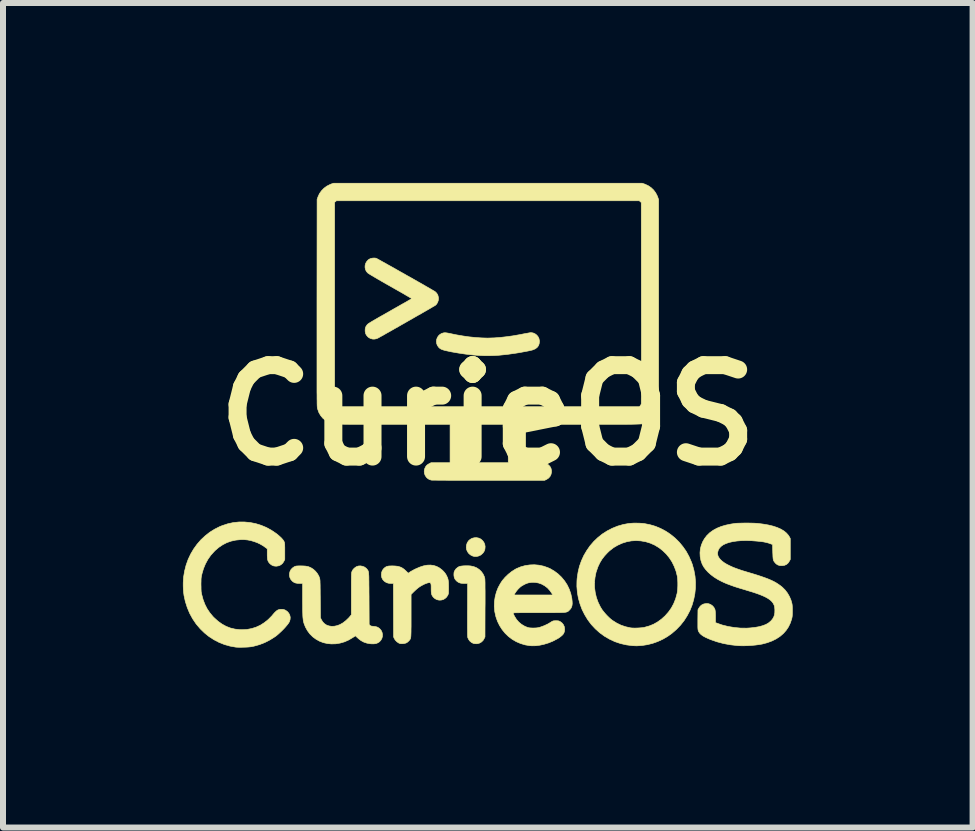
<source format=kicad_pcb>
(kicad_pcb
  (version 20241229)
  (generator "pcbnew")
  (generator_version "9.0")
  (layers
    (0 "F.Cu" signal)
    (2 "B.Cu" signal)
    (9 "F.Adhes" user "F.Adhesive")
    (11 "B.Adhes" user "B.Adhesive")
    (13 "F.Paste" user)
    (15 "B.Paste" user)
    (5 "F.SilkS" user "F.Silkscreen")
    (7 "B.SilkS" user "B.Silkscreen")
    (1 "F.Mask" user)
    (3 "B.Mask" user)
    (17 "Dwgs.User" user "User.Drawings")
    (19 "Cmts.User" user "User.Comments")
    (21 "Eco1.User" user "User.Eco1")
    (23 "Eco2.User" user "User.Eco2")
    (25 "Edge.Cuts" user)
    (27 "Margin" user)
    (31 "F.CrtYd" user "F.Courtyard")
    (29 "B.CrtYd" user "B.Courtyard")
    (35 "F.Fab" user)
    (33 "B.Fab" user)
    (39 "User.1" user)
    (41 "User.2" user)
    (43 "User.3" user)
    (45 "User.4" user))
  (footprint "CurieOS"
    (layer "F.Cu")
    (at 5.084 3.873)
    (property "Reference" "CurieOS" (at 0 0 0) (layer "F.SilkS") (effects (font (size 1.524 1.524) (thickness 0.3))))
    (attr through_hole)
    (fp_poly (pts (xy -0.15 2.049) (xy -0.149 2.049) (xy -0.117 2.065) (xy -0.089 2.089) (xy -0.067 2.118) (xy -0.052 2.152) (xy -0.046 2.188) (xy -0.046 2.194) (xy -0.049 2.232) (xy -0.059 2.263) (xy -0.077 2.292) (xy -0.087 2.303) (xy -0.116 2.329) (xy -0.15 2.346) (xy -0.186 2.355) (xy -0.223 2.355) (xy -0.252 2.348) (xy -0.288 2.33) (xy -0.317 2.306) (xy -0.339 2.276) (xy -0.354 2.242) (xy -0.36 2.206) (xy -0.357 2.168) (xy -0.345 2.13) (xy -0.343 2.126) (xy -0.323 2.095) (xy -0.295 2.07) (xy -0.263 2.052) (xy -0.227 2.043) (xy -0.189 2.041) (xy -0.15 2.049)) (stroke (width 0.01) (type solid)) (fill yes) (layer "F.SilkS"))
    (fp_poly (pts (xy -0.331 2.51) (xy -0.297 2.512) (xy -0.282 2.514) (xy -0.233 2.525) (xy -0.187 2.544) (xy -0.146 2.571) (xy -0.111 2.604) (xy -0.082 2.643) (xy -0.061 2.686) (xy -0.051 2.72) (xy -0.05 2.729) (xy -0.049 2.744) (xy -0.048 2.766) (xy -0.047 2.795) (xy -0.047 2.832) (xy -0.047 2.877) (xy -0.046 2.93) (xy -0.046 2.991) (xy -0.046 3.062) (xy -0.046 3.142) (xy -0.047 3.222) (xy -0.048 3.696) (xy -0.06 3.721) (xy -0.08 3.755) (xy -0.107 3.781) (xy -0.138 3.799) (xy -0.174 3.809) (xy -0.193 3.81) (xy -0.214 3.809) (xy -0.234 3.806) (xy -0.245 3.803) (xy -0.275 3.787) (xy -0.302 3.764) (xy -0.322 3.736) (xy -0.335 3.707) (xy -0.336 3.701) (xy -0.337 3.689) (xy -0.338 3.672) (xy -0.339 3.649) (xy -0.339 3.62) (xy -0.339 3.584) (xy -0.34 3.541) (xy -0.34 3.49) (xy -0.34 3.43) (xy -0.34 3.361) (xy -0.34 3.283) (xy -0.339 3.245) (xy -0.338 2.804) (xy -0.392 2.804) (xy -0.431 2.803) (xy -0.462 2.798) (xy -0.487 2.788) (xy -0.509 2.774) (xy -0.523 2.762) (xy -0.545 2.737) (xy -0.559 2.709) (xy -0.565 2.678) (xy -0.566 2.657) (xy -0.565 2.634) (xy -0.563 2.617) (xy -0.557 2.601) (xy -0.553 2.593) (xy -0.531 2.561) (xy -0.501 2.536) (xy -0.478 2.523) (xy -0.46 2.518) (xy -0.434 2.514) (xy -0.402 2.511) (xy -0.367 2.51) (xy -0.331 2.51)) (stroke (width 0.01) (type solid)) (fill yes) (layer "F.SilkS"))
    (fp_poly (pts (xy 0.754 -1.372) (xy 0.786 -1.358) (xy 0.814 -1.337) (xy 0.836 -1.311) (xy 0.852 -1.279) (xy 0.859 -1.244) (xy 0.86 -1.229) (xy 0.855 -1.19) (xy 0.842 -1.157) (xy 0.82 -1.129) (xy 0.79 -1.107) (xy 0.752 -1.091) (xy 0.741 -1.087) (xy 0.707 -1.079) (xy 0.666 -1.07) (xy 0.617 -1.061) (xy 0.564 -1.051) (xy 0.508 -1.041) (xy 0.45 -1.032) (xy 0.393 -1.024) (xy 0.338 -1.016) (xy 0.287 -1.01) (xy 0.274 -1.009) (xy 0.185 -1) (xy 0.103 -0.995) (xy 0.023 -0.993) (xy -0.057 -0.993) (xy -0.13 -0.996) (xy -0.244 -1.004) (xy -0.365 -1.018) (xy -0.488 -1.036) (xy -0.609 -1.057) (xy -0.693 -1.075) (xy -0.73 -1.084) (xy -0.758 -1.093) (xy -0.78 -1.102) (xy -0.798 -1.113) (xy -0.814 -1.127) (xy -0.821 -1.134) (xy -0.842 -1.164) (xy -0.854 -1.197) (xy -0.858 -1.23) (xy -0.854 -1.263) (xy -0.842 -1.295) (xy -0.824 -1.323) (xy -0.8 -1.346) (xy -0.77 -1.364) (xy -0.735 -1.374) (xy -0.725 -1.375) (xy -0.703 -1.375) (xy -0.675 -1.371) (xy -0.643 -1.365) (xy -0.534 -1.342) (xy -0.425 -1.323) (xy -0.315 -1.307) (xy -0.208 -1.296) (xy -0.104 -1.289) (xy -0.005 -1.286) (xy 0.086 -1.289) (xy 0.1 -1.289) (xy 0.206 -1.297) (xy 0.313 -1.309) (xy 0.421 -1.324) (xy 0.535 -1.344) (xy 0.6 -1.357) (xy 0.632 -1.363) (xy 0.662 -1.368) (xy 0.687 -1.373) (xy 0.707 -1.376) (xy 0.719 -1.377) (xy 0.72 -1.377) (xy 0.754 -1.372)) (stroke (width 0.01) (type solid)) (fill yes) (layer "F.SilkS"))
    (fp_poly (pts (xy -0.904 2.505) (xy -0.854 2.521) (xy -0.807 2.546) (xy -0.763 2.58) (xy -0.749 2.593) (xy -0.724 2.62) (xy -0.706 2.644) (xy -0.691 2.669) (xy -0.69 2.672) (xy -0.679 2.695) (xy -0.67 2.716) (xy -0.664 2.737) (xy -0.66 2.759) (xy -0.657 2.786) (xy -0.656 2.817) (xy -0.655 2.857) (xy -0.655 2.873) (xy -0.655 2.908) (xy -0.656 2.934) (xy -0.656 2.953) (xy -0.657 2.968) (xy -0.659 2.978) (xy -0.662 2.987) (xy -0.666 2.996) (xy -0.668 3.001) (xy -0.689 3.033) (xy -0.716 3.057) (xy -0.746 3.074) (xy -0.78 3.082) (xy -0.814 3.083) (xy -0.848 3.075) (xy -0.88 3.059) (xy -0.902 3.041) (xy -0.917 3.024) (xy -0.928 3.008) (xy -0.936 2.99) (xy -0.941 2.969) (xy -0.944 2.942) (xy -0.945 2.908) (xy -0.945 2.892) (xy -0.945 2.858) (xy -0.946 2.832) (xy -0.949 2.814) (xy -0.953 2.802) (xy -0.958 2.795) (xy -0.964 2.792) (xy -0.979 2.791) (xy -1.001 2.795) (xy -1.028 2.804) (xy -1.058 2.816) (xy -1.089 2.832) (xy -1.12 2.849) (xy -1.146 2.866) (xy -1.166 2.881) (xy -1.189 2.9) (xy -1.213 2.922) (xy -1.233 2.941) (xy -1.28 2.988) (xy -1.28 3.34) (xy -1.28 3.411) (xy -1.28 3.472) (xy -1.28 3.525) (xy -1.281 3.57) (xy -1.281 3.608) (xy -1.282 3.64) (xy -1.283 3.665) (xy -1.284 3.686) (xy -1.286 3.703) (xy -1.289 3.716) (xy -1.292 3.726) (xy -1.296 3.735) (xy -1.3 3.742) (xy -1.305 3.748) (xy -1.311 3.755) (xy -1.314 3.759) (xy -1.338 3.782) (xy -1.364 3.798) (xy -1.395 3.806) (xy -1.419 3.809) (xy -1.442 3.809) (xy -1.458 3.808) (xy -1.472 3.804) (xy -1.486 3.798) (xy -1.517 3.777) (xy -1.544 3.749) (xy -1.561 3.721) (xy -1.572 3.696) (xy -1.575 2.804) (xy -1.615 2.804) (xy -1.656 2.801) (xy -1.69 2.791) (xy -1.719 2.773) (xy -1.732 2.762) (xy -1.754 2.737) (xy -1.768 2.709) (xy -1.774 2.678) (xy -1.775 2.657) (xy -1.771 2.619) (xy -1.758 2.586) (xy -1.737 2.558) (xy -1.729 2.55) (xy -1.711 2.536) (xy -1.694 2.525) (xy -1.675 2.519) (xy -1.652 2.514) (xy -1.623 2.513) (xy -1.595 2.512) (xy -1.544 2.514) (xy -1.501 2.519) (xy -1.463 2.53) (xy -1.43 2.545) (xy -1.398 2.567) (xy -1.366 2.596) (xy -1.366 2.596) (xy -1.327 2.634) (xy -1.3 2.615) (xy -1.285 2.605) (xy -1.263 2.593) (xy -1.238 2.579) (xy -1.212 2.565) (xy -1.206 2.563) (xy -1.138 2.533) (xy -1.074 2.512) (xy -1.014 2.5) (xy -0.957 2.498) (xy -0.904 2.505)) (stroke (width 0.01) (type solid)) (fill yes) (layer "F.SilkS"))
    (fp_poly (pts (xy -1.866 -2.618) (xy -1.861 -2.616) (xy -1.854 -2.613) (xy -1.839 -2.605) (xy -1.817 -2.593) (xy -1.788 -2.577) (xy -1.753 -2.557) (xy -1.712 -2.535) (xy -1.667 -2.509) (xy -1.618 -2.482) (xy -1.566 -2.453) (xy -1.512 -2.422) (xy -1.456 -2.39) (xy -1.398 -2.358) (xy -1.341 -2.325) (xy -1.283 -2.293) (xy -1.227 -2.261) (xy -1.173 -2.23) (xy -1.121 -2.201) (xy -1.072 -2.173) (xy -1.028 -2.147) (xy -0.987 -2.124) (xy -0.953 -2.104) (xy -0.924 -2.087) (xy -0.902 -2.074) (xy -0.887 -2.066) (xy -0.881 -2.062) (xy -0.854 -2.036) (xy -0.835 -2.005) (xy -0.825 -1.968) (xy -0.823 -1.94) (xy -0.827 -1.912) (xy -0.838 -1.882) (xy -0.853 -1.855) (xy -0.872 -1.835) (xy -0.874 -1.833) (xy -0.88 -1.83) (xy -0.894 -1.821) (xy -0.916 -1.809) (xy -0.944 -1.792) (xy -0.978 -1.772) (xy -1.018 -1.749) (xy -1.062 -1.724) (xy -1.11 -1.696) (xy -1.162 -1.667) (xy -1.216 -1.636) (xy -1.271 -1.604) (xy -1.328 -1.572) (xy -1.385 -1.539) (xy -1.442 -1.507) (xy -1.497 -1.475) (xy -1.551 -1.445) (xy -1.603 -1.415) (xy -1.651 -1.388) (xy -1.696 -1.363) (xy -1.735 -1.34) (xy -1.77 -1.321) (xy -1.799 -1.305) (xy -1.82 -1.293) (xy -1.835 -1.285) (xy -1.839 -1.283) (xy -1.864 -1.274) (xy -1.895 -1.269) (xy -1.925 -1.27) (xy -1.926 -1.271) (xy -1.961 -1.281) (xy -1.993 -1.3) (xy -2.007 -1.314) (xy -2.027 -1.339) (xy -2.039 -1.364) (xy -2.045 -1.395) (xy -2.046 -1.403) (xy -2.045 -1.441) (xy -2.035 -1.475) (xy -2.016 -1.504) (xy -2.01 -1.511) (xy -2.007 -1.515) (xy -2.003 -1.518) (xy -1.998 -1.522) (xy -1.992 -1.527) (xy -1.984 -1.532) (xy -1.973 -1.539) (xy -1.96 -1.547) (xy -1.944 -1.557) (xy -1.924 -1.569) (xy -1.9 -1.583) (xy -1.872 -1.599) (xy -1.838 -1.619) (xy -1.8 -1.641) (xy -1.755 -1.666) (xy -1.704 -1.695) (xy -1.646 -1.728) (xy -1.582 -1.765) (xy -1.509 -1.806) (xy -1.429 -1.852) (xy -1.355 -1.893) (xy -1.329 -1.909) (xy -1.306 -1.922) (xy -1.287 -1.933) (xy -1.275 -1.941) (xy -1.27 -1.945) (xy -1.27 -1.945) (xy -1.274 -1.948) (xy -1.287 -1.956) (xy -1.307 -1.967) (xy -1.334 -1.983) (xy -1.367 -2.002) (xy -1.405 -2.025) (xy -1.449 -2.05) (xy -1.497 -2.077) (xy -1.548 -2.106) (xy -1.602 -2.137) (xy -1.627 -2.151) (xy -1.703 -2.194) (xy -1.771 -2.233) (xy -1.83 -2.267) (xy -1.881 -2.297) (xy -1.923 -2.322) (xy -1.957 -2.342) (xy -1.982 -2.358) (xy -1.998 -2.369) (xy -2.005 -2.374) (xy -2.028 -2.402) (xy -2.042 -2.434) (xy -2.048 -2.468) (xy -2.046 -2.502) (xy -2.036 -2.535) (xy -2.018 -2.565) (xy -1.994 -2.591) (xy -1.968 -2.607) (xy -1.946 -2.615) (xy -1.919 -2.62) (xy -1.891 -2.621) (xy -1.866 -2.618)) (stroke (width 0.01) (type solid)) (fill yes) (layer "F.SilkS"))
    (fp_poly (pts (xy 2.529 1.8) (xy 2.575 1.803) (xy 2.606 1.806) (xy 2.702 1.825) (xy 2.794 1.852) (xy 2.882 1.889) (xy 2.967 1.934) (xy 3.046 1.987) (xy 3.121 2.048) (xy 3.189 2.115) (xy 3.251 2.19) (xy 3.307 2.27) (xy 3.354 2.356) (xy 3.394 2.448) (xy 3.409 2.488) (xy 3.436 2.586) (xy 3.454 2.684) (xy 3.462 2.783) (xy 3.461 2.881) (xy 3.451 2.978) (xy 3.432 3.073) (xy 3.405 3.166) (xy 3.369 3.256) (xy 3.324 3.342) (xy 3.272 3.424) (xy 3.212 3.5) (xy 3.144 3.571) (xy 3.069 3.636) (xy 3.002 3.684) (xy 2.923 3.731) (xy 2.839 3.77) (xy 2.752 3.802) (xy 2.662 3.825) (xy 2.572 3.839) (xy 2.482 3.845) (xy 2.41 3.842) (xy 2.31 3.829) (xy 2.213 3.807) (xy 2.12 3.776) (xy 2.031 3.735) (xy 1.945 3.685) (xy 1.864 3.626) (xy 1.791 3.56) (xy 1.724 3.488) (xy 1.665 3.409) (xy 1.614 3.325) (xy 1.57 3.237) (xy 1.536 3.145) (xy 1.509 3.05) (xy 1.492 2.952) (xy 1.484 2.853) (xy 1.485 2.786) (xy 1.778 2.786) (xy 1.779 2.871) (xy 1.79 2.955) (xy 1.809 3.038) (xy 1.838 3.118) (xy 1.875 3.194) (xy 1.903 3.24) (xy 1.926 3.27) (xy 1.954 3.304) (xy 1.985 3.338) (xy 2.018 3.371) (xy 2.05 3.4) (xy 2.076 3.42) (xy 2.147 3.465) (xy 2.221 3.501) (xy 2.299 3.527) (xy 2.379 3.545) (xy 2.386 3.546) (xy 2.414 3.548) (xy 2.45 3.549) (xy 2.489 3.548) (xy 2.529 3.546) (xy 2.566 3.543) (xy 2.598 3.539) (xy 2.611 3.536) (xy 2.69 3.514) (xy 2.762 3.485) (xy 2.829 3.447) (xy 2.893 3.401) (xy 2.954 3.346) (xy 2.954 3.346) (xy 3.011 3.282) (xy 3.06 3.213) (xy 3.099 3.14) (xy 3.131 3.06) (xy 3.154 2.975) (xy 3.155 2.972) (xy 3.161 2.935) (xy 3.165 2.89) (xy 3.167 2.842) (xy 3.167 2.793) (xy 3.165 2.746) (xy 3.161 2.704) (xy 3.158 2.682) (xy 3.137 2.599) (xy 3.107 2.52) (xy 3.07 2.445) (xy 3.025 2.376) (xy 2.973 2.313) (xy 2.915 2.257) (xy 2.852 2.208) (xy 2.783 2.166) (xy 2.709 2.133) (xy 2.631 2.109) (xy 2.631 2.109) (xy 2.551 2.095) (xy 2.471 2.09) (xy 2.392 2.095) (xy 2.314 2.11) (xy 2.238 2.134) (xy 2.165 2.167) (xy 2.095 2.208) (xy 2.03 2.259) (xy 1.996 2.291) (xy 1.945 2.346) (xy 1.902 2.402) (xy 1.866 2.462) (xy 1.835 2.528) (xy 1.832 2.537) (xy 1.804 2.618) (xy 1.787 2.702) (xy 1.778 2.786) (xy 1.485 2.786) (xy 1.486 2.753) (xy 1.489 2.717) (xy 1.504 2.617) (xy 1.527 2.52) (xy 1.56 2.427) (xy 1.6 2.339) (xy 1.649 2.256) (xy 1.704 2.177) (xy 1.766 2.105) (xy 1.835 2.039) (xy 1.909 1.98) (xy 1.989 1.929) (xy 2.074 1.885) (xy 2.163 1.849) (xy 2.256 1.822) (xy 2.343 1.806) (xy 2.383 1.802) (xy 2.43 1.799) (xy 2.479 1.799) (xy 2.529 1.8)) (stroke (width 0.01) (type solid)) (fill yes) (layer "F.SilkS"))
    (fp_poly (pts (xy 0.852 2.5) (xy 0.927 2.516) (xy 0.999 2.541) (xy 1.038 2.558) (xy 1.108 2.599) (xy 1.172 2.647) (xy 1.229 2.702) (xy 1.28 2.764) (xy 1.323 2.83) (xy 1.357 2.901) (xy 1.383 2.976) (xy 1.4 3.053) (xy 1.405 3.099) (xy 1.407 3.137) (xy 1.404 3.168) (xy 1.397 3.195) (xy 1.385 3.219) (xy 1.368 3.241) (xy 1.362 3.247) (xy 1.354 3.254) (xy 1.348 3.261) (xy 1.341 3.267) (xy 1.334 3.272) (xy 1.326 3.276) (xy 1.316 3.28) (xy 1.304 3.283) (xy 1.289 3.286) (xy 1.269 3.288) (xy 1.246 3.289) (xy 1.217 3.29) (xy 1.182 3.291) (xy 1.142 3.291) (xy 1.093 3.292) (xy 1.038 3.292) (xy 0.973 3.292) (xy 0.9 3.292) (xy 0.85 3.292) (xy 0.773 3.292) (xy 0.706 3.292) (xy 0.647 3.292) (xy 0.597 3.292) (xy 0.555 3.292) (xy 0.52 3.293) (xy 0.491 3.293) (xy 0.468 3.294) (xy 0.451 3.294) (xy 0.438 3.295) (xy 0.43 3.296) (xy 0.424 3.297) (xy 0.422 3.298) (xy 0.422 3.299) (xy 0.424 3.307) (xy 0.43 3.321) (xy 0.438 3.339) (xy 0.446 3.354) (xy 0.477 3.404) (xy 0.516 3.449) (xy 0.562 3.487) (xy 0.614 3.518) (xy 0.655 3.535) (xy 0.672 3.54) (xy 0.688 3.544) (xy 0.704 3.546) (xy 0.724 3.547) (xy 0.75 3.548) (xy 0.759 3.548) (xy 0.79 3.547) (xy 0.813 3.546) (xy 0.832 3.543) (xy 0.851 3.539) (xy 0.871 3.534) (xy 0.942 3.508) (xy 1.005 3.478) (xy 1.021 3.468) (xy 1.04 3.457) (xy 1.058 3.445) (xy 1.072 3.437) (xy 1.072 3.437) (xy 1.083 3.432) (xy 1.095 3.428) (xy 1.113 3.427) (xy 1.135 3.426) (xy 1.158 3.427) (xy 1.175 3.428) (xy 1.187 3.432) (xy 1.199 3.437) (xy 1.205 3.44) (xy 1.237 3.464) (xy 1.26 3.493) (xy 1.275 3.527) (xy 1.28 3.565) (xy 1.28 3.569) (xy 1.278 3.598) (xy 1.27 3.625) (xy 1.257 3.649) (xy 1.236 3.672) (xy 1.208 3.695) (xy 1.172 3.72) (xy 1.15 3.732) (xy 1.083 3.767) (xy 1.012 3.796) (xy 0.94 3.818) (xy 0.868 3.834) (xy 0.799 3.843) (xy 0.733 3.844) (xy 0.701 3.842) (xy 0.621 3.829) (xy 0.545 3.806) (xy 0.473 3.775) (xy 0.406 3.736) (xy 0.344 3.689) (xy 0.288 3.635) (xy 0.239 3.575) (xy 0.196 3.508) (xy 0.161 3.437) (xy 0.134 3.36) (xy 0.116 3.279) (xy 0.114 3.265) (xy 0.107 3.186) (xy 0.11 3.106) (xy 0.122 3.027) (xy 0.13 2.997) (xy 0.436 2.997) (xy 1.083 2.997) (xy 1.069 2.973) (xy 1.034 2.923) (xy 0.994 2.879) (xy 0.948 2.844) (xy 0.898 2.816) (xy 0.844 2.797) (xy 0.789 2.787) (xy 0.731 2.786) (xy 0.676 2.795) (xy 0.65 2.803) (xy 0.619 2.816) (xy 0.588 2.833) (xy 0.559 2.85) (xy 0.541 2.864) (xy 0.509 2.894) (xy 0.479 2.929) (xy 0.454 2.965) (xy 0.45 2.972) (xy 0.436 2.997) (xy 0.13 2.997) (xy 0.142 2.95) (xy 0.171 2.876) (xy 0.209 2.806) (xy 0.241 2.757) (xy 0.288 2.702) (xy 0.341 2.651) (xy 0.399 2.605) (xy 0.459 2.567) (xy 0.48 2.556) (xy 0.55 2.527) (xy 0.623 2.507) (xy 0.699 2.496) (xy 0.775 2.493) (xy 0.852 2.5)) (stroke (width 0.01) (type solid)) (fill yes) (layer "F.SilkS"))
    (fp_poly (pts (xy -2.091 2.518) (xy -2.059 2.53) (xy -2.031 2.55) (xy -2.019 2.562) (xy -2.013 2.57) (xy -2.008 2.576) (xy -2.003 2.582) (xy -1.999 2.589) (xy -1.996 2.596) (xy -1.993 2.606) (xy -1.99 2.618) (xy -1.988 2.633) (xy -1.987 2.652) (xy -1.985 2.675) (xy -1.984 2.703) (xy -1.984 2.737) (xy -1.983 2.778) (xy -1.983 2.826) (xy -1.982 2.882) (xy -1.982 2.946) (xy -1.981 3.019) (xy -1.981 3.057) (xy -1.979 3.49) (xy -1.965 3.503) (xy -1.958 3.51) (xy -1.948 3.514) (xy -1.935 3.517) (xy -1.915 3.519) (xy -1.907 3.52) (xy -1.875 3.524) (xy -1.85 3.53) (xy -1.829 3.54) (xy -1.81 3.554) (xy -1.802 3.561) (xy -1.779 3.588) (xy -1.764 3.62) (xy -1.757 3.654) (xy -1.758 3.688) (xy -1.767 3.721) (xy -1.784 3.751) (xy -1.807 3.777) (xy -1.835 3.795) (xy -1.866 3.807) (xy -1.902 3.812) (xy -1.946 3.811) (xy -1.96 3.81) (xy -2.017 3.8) (xy -2.068 3.783) (xy -2.114 3.758) (xy -2.159 3.724) (xy -2.171 3.712) (xy -2.187 3.698) (xy -2.199 3.686) (xy -2.207 3.679) (xy -2.208 3.678) (xy -2.213 3.681) (xy -2.223 3.688) (xy -2.239 3.698) (xy -2.251 3.706) (xy -2.32 3.747) (xy -2.39 3.778) (xy -2.463 3.799) (xy -2.536 3.811) (xy -2.61 3.813) (xy -2.673 3.807) (xy -2.742 3.792) (xy -2.807 3.767) (xy -2.866 3.734) (xy -2.92 3.694) (xy -2.968 3.646) (xy -3.009 3.591) (xy -3.042 3.531) (xy -3.065 3.472) (xy -3.07 3.455) (xy -3.074 3.438) (xy -3.078 3.42) (xy -3.08 3.399) (xy -3.083 3.375) (xy -3.085 3.347) (xy -3.086 3.314) (xy -3.087 3.276) (xy -3.088 3.23) (xy -3.088 3.177) (xy -3.089 3.115) (xy -3.089 3.069) (xy -3.089 2.804) (xy -3.139 2.804) (xy -3.174 2.803) (xy -3.203 2.798) (xy -3.227 2.79) (xy -3.248 2.776) (xy -3.261 2.766) (xy -3.285 2.738) (xy -3.301 2.706) (xy -3.308 2.673) (xy -3.307 2.638) (xy -3.299 2.605) (xy -3.283 2.574) (xy -3.259 2.548) (xy -3.229 2.527) (xy -3.221 2.523) (xy -3.211 2.519) (xy -3.201 2.516) (xy -3.189 2.514) (xy -3.172 2.513) (xy -3.149 2.512) (xy -3.118 2.512) (xy -3.117 2.512) (xy -3.077 2.513) (xy -3.045 2.515) (xy -3.019 2.519) (xy -2.995 2.524) (xy -2.972 2.533) (xy -2.947 2.545) (xy -2.946 2.545) (xy -2.909 2.569) (xy -2.874 2.601) (xy -2.843 2.639) (xy -2.819 2.68) (xy -2.808 2.708) (xy -2.806 2.715) (xy -2.804 2.722) (xy -2.802 2.729) (xy -2.801 2.739) (xy -2.799 2.751) (xy -2.798 2.766) (xy -2.798 2.785) (xy -2.797 2.809) (xy -2.796 2.839) (xy -2.796 2.876) (xy -2.795 2.92) (xy -2.795 2.972) (xy -2.794 3.033) (xy -2.794 3.058) (xy -2.791 3.376) (xy -2.776 3.409) (xy -2.753 3.446) (xy -2.724 3.476) (xy -2.689 3.499) (xy -2.649 3.513) (xy -2.606 3.52) (xy -2.56 3.518) (xy -2.512 3.508) (xy -2.465 3.49) (xy -2.416 3.462) (xy -2.368 3.425) (xy -2.321 3.38) (xy -2.3 3.356) (xy -2.276 3.327) (xy -2.276 2.979) (xy -2.276 2.911) (xy -2.276 2.853) (xy -2.276 2.803) (xy -2.276 2.761) (xy -2.275 2.726) (xy -2.275 2.697) (xy -2.274 2.674) (xy -2.274 2.656) (xy -2.273 2.641) (xy -2.272 2.63) (xy -2.271 2.622) (xy -2.269 2.615) (xy -2.267 2.609) (xy -2.266 2.605) (xy -2.251 2.577) (xy -2.228 2.551) (xy -2.199 2.53) (xy -2.189 2.524) (xy -2.159 2.514) (xy -2.125 2.512) (xy -2.091 2.518)) (stroke (width 0.01) (type solid)) (fill yes) (layer "F.SilkS"))
    (fp_poly (pts (xy -3.964 1.789) (xy -3.872 1.807) (xy -3.781 1.835) (xy -3.694 1.871) (xy -3.61 1.917) (xy -3.53 1.971) (xy -3.51 1.986) (xy -3.472 2.019) (xy -3.44 2.049) (xy -3.416 2.077) (xy -3.4 2.101) (xy -3.396 2.111) (xy -3.393 2.119) (xy -3.39 2.129) (xy -3.389 2.14) (xy -3.387 2.156) (xy -3.387 2.176) (xy -3.386 2.202) (xy -3.386 2.236) (xy -3.386 2.271) (xy -3.386 2.405) (xy -3.4 2.434) (xy -3.421 2.467) (xy -3.449 2.492) (xy -3.481 2.509) (xy -3.519 2.516) (xy -3.533 2.517) (xy -3.569 2.513) (xy -3.599 2.501) (xy -3.627 2.481) (xy -3.64 2.468) (xy -3.653 2.452) (xy -3.662 2.437) (xy -3.669 2.419) (xy -3.674 2.398) (xy -3.676 2.372) (xy -3.678 2.338) (xy -3.678 2.309) (xy -3.678 2.227) (xy -3.702 2.209) (xy -3.75 2.175) (xy -3.797 2.148) (xy -3.845 2.125) (xy -3.898 2.106) (xy -3.955 2.089) (xy -4.009 2.079) (xy -4.064 2.074) (xy -4.122 2.074) (xy -4.203 2.082) (xy -4.28 2.099) (xy -4.352 2.124) (xy -4.42 2.159) (xy -4.486 2.203) (xy -4.549 2.257) (xy -4.564 2.273) (xy -4.621 2.336) (xy -4.669 2.405) (xy -4.709 2.479) (xy -4.742 2.559) (xy -4.767 2.645) (xy -4.768 2.65) (xy -4.773 2.67) (xy -4.776 2.688) (xy -4.779 2.704) (xy -4.781 2.722) (xy -4.782 2.743) (xy -4.782 2.768) (xy -4.783 2.801) (xy -4.783 2.824) (xy -4.782 2.864) (xy -4.782 2.895) (xy -4.781 2.92) (xy -4.78 2.94) (xy -4.777 2.958) (xy -4.774 2.975) (xy -4.771 2.988) (xy -4.748 3.074) (xy -4.718 3.153) (xy -4.681 3.226) (xy -4.636 3.293) (xy -4.583 3.357) (xy -4.562 3.378) (xy -4.499 3.435) (xy -4.433 3.482) (xy -4.364 3.52) (xy -4.292 3.548) (xy -4.216 3.566) (xy -4.137 3.575) (xy -4.1 3.576) (xy -4.018 3.572) (xy -3.939 3.557) (xy -3.865 3.534) (xy -3.793 3.501) (xy -3.726 3.458) (xy -3.661 3.406) (xy -3.6 3.344) (xy -3.583 3.323) (xy -3.557 3.293) (xy -3.534 3.271) (xy -3.515 3.255) (xy -3.496 3.245) (xy -3.476 3.239) (xy -3.453 3.236) (xy -3.442 3.236) (xy -3.419 3.237) (xy -3.402 3.24) (xy -3.386 3.246) (xy -3.373 3.252) (xy -3.342 3.274) (xy -3.319 3.301) (xy -3.303 3.333) (xy -3.295 3.367) (xy -3.297 3.403) (xy -3.307 3.439) (xy -3.312 3.448) (xy -3.326 3.471) (xy -3.347 3.498) (xy -3.373 3.529) (xy -3.403 3.562) (xy -3.436 3.595) (xy -3.47 3.627) (xy -3.503 3.657) (xy -3.535 3.683) (xy -3.551 3.694) (xy -3.633 3.746) (xy -3.717 3.789) (xy -3.806 3.824) (xy -3.899 3.85) (xy -3.943 3.859) (xy -3.967 3.862) (xy -3.998 3.865) (xy -4.034 3.867) (xy -4.073 3.868) (xy -4.112 3.869) (xy -4.149 3.869) (xy -4.182 3.868) (xy -4.206 3.866) (xy -4.3 3.849) (xy -4.392 3.823) (xy -4.481 3.788) (xy -4.567 3.743) (xy -4.648 3.691) (xy -4.724 3.63) (xy -4.794 3.562) (xy -4.858 3.487) (xy -4.865 3.478) (xy -4.923 3.392) (xy -4.972 3.302) (xy -5.012 3.206) (xy -5.044 3.106) (xy -5.067 3.001) (xy -5.067 2.997) (xy -5.073 2.953) (xy -5.077 2.903) (xy -5.079 2.848) (xy -5.079 2.793) (xy -5.076 2.741) (xy -5.073 2.698) (xy -5.056 2.597) (xy -5.031 2.499) (xy -4.997 2.404) (xy -4.955 2.315) (xy -4.905 2.23) (xy -4.848 2.151) (xy -4.784 2.077) (xy -4.713 2.011) (xy -4.637 1.951) (xy -4.555 1.9) (xy -4.468 1.856) (xy -4.427 1.84) (xy -4.336 1.81) (xy -4.244 1.79) (xy -4.15 1.78) (xy -4.057 1.78) (xy -3.964 1.789)) (stroke (width 0.01) (type solid)) (fill yes) (layer "F.SilkS"))
    (fp_poly (pts (xy 2.617 -3.853) (xy 2.672 -3.828) (xy 2.721 -3.795) (xy 2.763 -3.755) (xy 2.798 -3.708) (xy 2.826 -3.654) (xy 2.833 -3.635) (xy 2.847 -3.594) (xy 2.847 -0.124) (xy 2.834 -0.086) (xy 2.809 -0.03) (xy 2.777 0.019) (xy 2.738 0.062) (xy 2.692 0.097) (xy 2.661 0.114) (xy 2.652 0.119) (xy 2.644 0.123) (xy 2.637 0.127) (xy 2.629 0.13) (xy 2.622 0.133) (xy 2.613 0.136) (xy 2.604 0.139) (xy 2.592 0.141) (xy 2.579 0.143) (xy 2.563 0.145) (xy 2.544 0.146) (xy 2.521 0.147) (xy 2.495 0.148) (xy 2.464 0.149) (xy 2.429 0.15) (xy 2.388 0.151) (xy 2.341 0.151) (xy 2.289 0.152) (xy 2.23 0.152) (xy 2.163 0.152) (xy 2.09 0.152) (xy 2.008 0.152) (xy 1.918 0.152) (xy 1.819 0.152) (xy 1.711 0.152) (xy 1.586 0.152) (xy 0.63 0.152) (xy 0.63 0.792) (xy 0.947 0.792) (xy 0.978 0.807) (xy 1.011 0.828) (xy 1.036 0.854) (xy 1.053 0.886) (xy 1.061 0.923) (xy 1.061 0.949) (xy 1.053 0.987) (xy 1.037 1.02) (xy 1.012 1.048) (xy 0.979 1.07) (xy 0.973 1.073) (xy 0.947 1.085) (xy 0.013 1.085) (xy -0.084 1.085) (xy -0.179 1.085) (xy -0.27 1.085) (xy -0.358 1.085) (xy -0.442 1.085) (xy -0.521 1.085) (xy -0.595 1.085) (xy -0.663 1.085) (xy -0.725 1.084) (xy -0.78 1.084) (xy -0.829 1.084) (xy -0.869 1.083) (xy -0.901 1.083) (xy -0.925 1.083) (xy -0.939 1.082) (xy -0.943 1.082) (xy -0.979 1.07) (xy -1.01 1.049) (xy -1.025 1.034) (xy -1.046 1.002) (xy -1.058 0.968) (xy -1.061 0.932) (xy -1.055 0.897) (xy -1.04 0.862) (xy -1.024 0.84) (xy -1.012 0.829) (xy -0.995 0.817) (xy -0.979 0.808) (xy -0.948 0.792) (xy -0.63 0.792) (xy -0.63 0.152) (xy -0.34 0.152) (xy -0.34 0.792) (xy 0.34 0.792) (xy 0.34 0.152) (xy -0.34 0.152) (xy -0.63 0.152) (xy -1.586 0.152) (xy -1.705 0.152) (xy -1.813 0.152) (xy -1.912 0.152) (xy -2.003 0.152) (xy -2.085 0.152) (xy -2.159 0.152) (xy -2.226 0.152) (xy -2.285 0.152) (xy -2.338 0.151) (xy -2.385 0.151) (xy -2.426 0.15) (xy -2.462 0.15) (xy -2.493 0.149) (xy -2.519 0.148) (xy -2.542 0.146) (xy -2.561 0.145) (xy -2.577 0.143) (xy -2.59 0.141) (xy -2.601 0.139) (xy -2.611 0.137) (xy -2.619 0.134) (xy -2.626 0.131) (xy -2.633 0.128) (xy -2.64 0.125) (xy -2.647 0.121) (xy -2.654 0.117) (xy -2.707 0.086) (xy -2.752 0.049) (xy -2.788 0.005) (xy -2.817 -0.044) (xy -2.837 -0.1) (xy -2.84 -0.11) (xy -2.841 -0.114) (xy -2.842 -0.118) (xy -2.843 -0.122) (xy -2.843 -0.128) (xy -2.844 -0.134) (xy -2.845 -0.142) (xy -2.845 -0.152) (xy -2.846 -0.165) (xy -2.846 -0.179) (xy -2.847 -0.197) (xy -2.847 -0.217) (xy -2.847 -0.241) (xy -2.848 -0.269) (xy -2.848 -0.301) (xy -2.848 -0.338) (xy -2.849 -0.379) (xy -2.849 -0.425) (xy -2.849 -0.477) (xy -2.849 -0.535) (xy -2.849 -0.598) (xy -2.849 -0.669) (xy -2.849 -0.745) (xy -2.849 -0.829) (xy -2.849 -0.92) (xy -2.849 -1.019) (xy -2.849 -1.126) (xy -2.849 -1.242) (xy -2.849 -1.366) (xy -2.849 -1.499) (xy -2.849 -1.641) (xy -2.849 -1.794) (xy -2.849 -1.875) (xy -2.847 -3.55) (xy -2.555 -3.55) (xy -2.555 -0.172) (xy -2.54 -0.157) (xy -2.526 -0.142) (xy 2.526 -0.142) (xy 2.54 -0.157) (xy 2.553 -0.177) (xy 2.558 -0.193) (xy 2.558 -0.2) (xy 2.558 -0.217) (xy 2.558 -0.243) (xy 2.558 -0.278) (xy 2.559 -0.321) (xy 2.559 -0.373) (xy 2.559 -0.433) (xy 2.559 -0.5) (xy 2.559 -0.574) (xy 2.559 -0.655) (xy 2.559 -0.743) (xy 2.559 -0.836) (xy 2.56 -0.935) (xy 2.56 -1.039) (xy 2.56 -1.148) (xy 2.56 -1.261) (xy 2.56 -1.378) (xy 2.56 -1.499) (xy 2.559 -1.624) (xy 2.559 -1.751) (xy 2.559 -1.881) (xy 2.559 -1.881) (xy 2.558 -3.547) (xy 2.541 -3.561) (xy 2.525 -3.576) (xy -2.524 -3.576) (xy -2.54 -3.563) (xy -2.555 -3.55) (xy -2.847 -3.55) (xy -2.847 -3.599) (xy -2.833 -3.639) (xy -2.808 -3.694) (xy -2.774 -3.742) (xy -2.733 -3.784) (xy -2.686 -3.819) (xy -2.631 -3.847) (xy -2.612 -3.855) (xy -2.573 -3.868) (xy 2.573 -3.868) (xy 2.617 -3.853)) (stroke (width 0.01) (type solid)) (fill yes) (layer "F.SilkS"))
    (fp_poly (pts (xy 4.356 1.798) (xy 4.4 1.799) (xy 4.439 1.8) (xy 4.473 1.802) (xy 4.493 1.803) (xy 4.589 1.815) (xy 4.676 1.83) (xy 4.755 1.849) (xy 4.824 1.872) (xy 4.885 1.899) (xy 4.937 1.93) (xy 4.979 1.965) (xy 5.012 2.003) (xy 5.028 2.029) (xy 5.042 2.055) (xy 5.042 2.405) (xy 5.028 2.431) (xy 5.007 2.463) (xy 4.98 2.487) (xy 4.947 2.502) (xy 4.909 2.508) (xy 4.909 2.508) (xy 4.869 2.507) (xy 4.834 2.496) (xy 4.805 2.477) (xy 4.781 2.45) (xy 4.772 2.438) (xy 4.766 2.427) (xy 4.761 2.414) (xy 4.757 2.399) (xy 4.755 2.381) (xy 4.753 2.356) (xy 4.752 2.325) (xy 4.75 2.286) (xy 4.75 2.276) (xy 4.747 2.156) (xy 4.718 2.145) (xy 4.681 2.132) (xy 4.641 2.121) (xy 4.597 2.112) (xy 4.546 2.105) (xy 4.487 2.099) (xy 4.421 2.094) (xy 4.398 2.092) (xy 4.309 2.089) (xy 4.227 2.091) (xy 4.152 2.097) (xy 4.084 2.107) (xy 4.023 2.121) (xy 3.97 2.139) (xy 3.925 2.16) (xy 3.889 2.186) (xy 3.861 2.215) (xy 3.842 2.248) (xy 3.832 2.284) (xy 3.83 2.306) (xy 3.834 2.335) (xy 3.844 2.362) (xy 3.862 2.388) (xy 3.877 2.406) (xy 3.906 2.433) (xy 3.942 2.46) (xy 3.985 2.486) (xy 4.035 2.511) (xy 4.092 2.537) (xy 4.159 2.562) (xy 4.234 2.588) (xy 4.319 2.614) (xy 4.343 2.621) (xy 4.427 2.646) (xy 4.501 2.669) (xy 4.567 2.691) (xy 4.626 2.712) (xy 4.678 2.732) (xy 4.725 2.752) (xy 4.767 2.772) (xy 4.805 2.793) (xy 4.839 2.815) (xy 4.872 2.838) (xy 4.904 2.863) (xy 4.91 2.868) (xy 4.955 2.913) (xy 4.995 2.965) (xy 5.028 3.022) (xy 5.054 3.083) (xy 5.065 3.122) (xy 5.07 3.14) (xy 5.073 3.157) (xy 5.075 3.175) (xy 5.076 3.197) (xy 5.077 3.224) (xy 5.077 3.259) (xy 5.077 3.294) (xy 5.076 3.322) (xy 5.075 3.344) (xy 5.073 3.363) (xy 5.069 3.381) (xy 5.066 3.395) (xy 5.043 3.464) (xy 5.012 3.529) (xy 4.973 3.587) (xy 4.926 3.64) (xy 4.87 3.688) (xy 4.807 3.729) (xy 4.736 3.764) (xy 4.657 3.793) (xy 4.574 3.815) (xy 4.522 3.824) (xy 4.462 3.832) (xy 4.397 3.838) (xy 4.33 3.842) (xy 4.264 3.844) (xy 4.202 3.843) (xy 4.155 3.84) (xy 4.04 3.827) (xy 3.927 3.806) (xy 3.818 3.777) (xy 3.715 3.741) (xy 3.672 3.723) (xy 3.624 3.701) (xy 3.585 3.679) (xy 3.555 3.657) (xy 3.532 3.634) (xy 3.516 3.61) (xy 3.507 3.589) (xy 3.505 3.579) (xy 3.503 3.567) (xy 3.502 3.552) (xy 3.501 3.533) (xy 3.501 3.507) (xy 3.501 3.474) (xy 3.501 3.434) (xy 3.501 3.403) (xy 3.503 3.244) (xy 3.518 3.216) (xy 3.541 3.184) (xy 3.569 3.161) (xy 3.602 3.146) (xy 3.641 3.14) (xy 3.65 3.139) (xy 3.686 3.144) (xy 3.718 3.158) (xy 3.747 3.179) (xy 3.77 3.206) (xy 3.786 3.238) (xy 3.789 3.252) (xy 3.791 3.265) (xy 3.793 3.287) (xy 3.794 3.314) (xy 3.795 3.344) (xy 3.795 3.367) (xy 3.795 3.457) (xy 3.811 3.464) (xy 3.905 3.497) (xy 4.005 3.522) (xy 4.108 3.539) (xy 4.212 3.549) (xy 4.316 3.55) (xy 4.379 3.546) (xy 4.457 3.537) (xy 4.525 3.525) (xy 4.585 3.508) (xy 4.637 3.488) (xy 4.68 3.463) (xy 4.716 3.433) (xy 4.745 3.4) (xy 4.75 3.392) (xy 4.767 3.362) (xy 4.778 3.33) (xy 4.784 3.294) (xy 4.785 3.252) (xy 4.785 3.243) (xy 4.783 3.217) (xy 4.781 3.198) (xy 4.778 3.183) (xy 4.773 3.168) (xy 4.767 3.155) (xy 4.754 3.131) (xy 4.737 3.109) (xy 4.716 3.088) (xy 4.69 3.068) (xy 4.659 3.048) (xy 4.622 3.028) (xy 4.578 3.008) (xy 4.528 2.988) (xy 4.469 2.967) (xy 4.402 2.945) (xy 4.325 2.922) (xy 4.28 2.908) (xy 4.193 2.882) (xy 4.116 2.858) (xy 4.047 2.833) (xy 3.985 2.81) (xy 3.929 2.786) (xy 3.878 2.761) (xy 3.831 2.736) (xy 3.788 2.709) (xy 3.768 2.696) (xy 3.718 2.658) (xy 3.672 2.617) (xy 3.632 2.573) (xy 3.599 2.529) (xy 3.575 2.485) (xy 3.573 2.481) (xy 3.552 2.42) (xy 3.54 2.357) (xy 3.537 2.293) (xy 3.543 2.229) (xy 3.559 2.166) (xy 3.584 2.106) (xy 3.613 2.056) (xy 3.653 2.004) (xy 3.701 1.958) (xy 3.757 1.918) (xy 3.819 1.884) (xy 3.89 1.855) (xy 3.969 1.832) (xy 4.056 1.814) (xy 4.13 1.803) (xy 4.154 1.801) (xy 4.186 1.8) (xy 4.224 1.799) (xy 4.267 1.798) (xy 4.311 1.798) (xy 4.356 1.798)) (stroke (width 0.01) (type solid)) (fill yes) (layer "F.SilkS")))
  (gr_rect
    (start -3 -3)
    (end 13.166 10.747)
    (stroke (width 0.1) (type default))
    (fill no)
    (layer "Edge.Cuts")))
</source>
